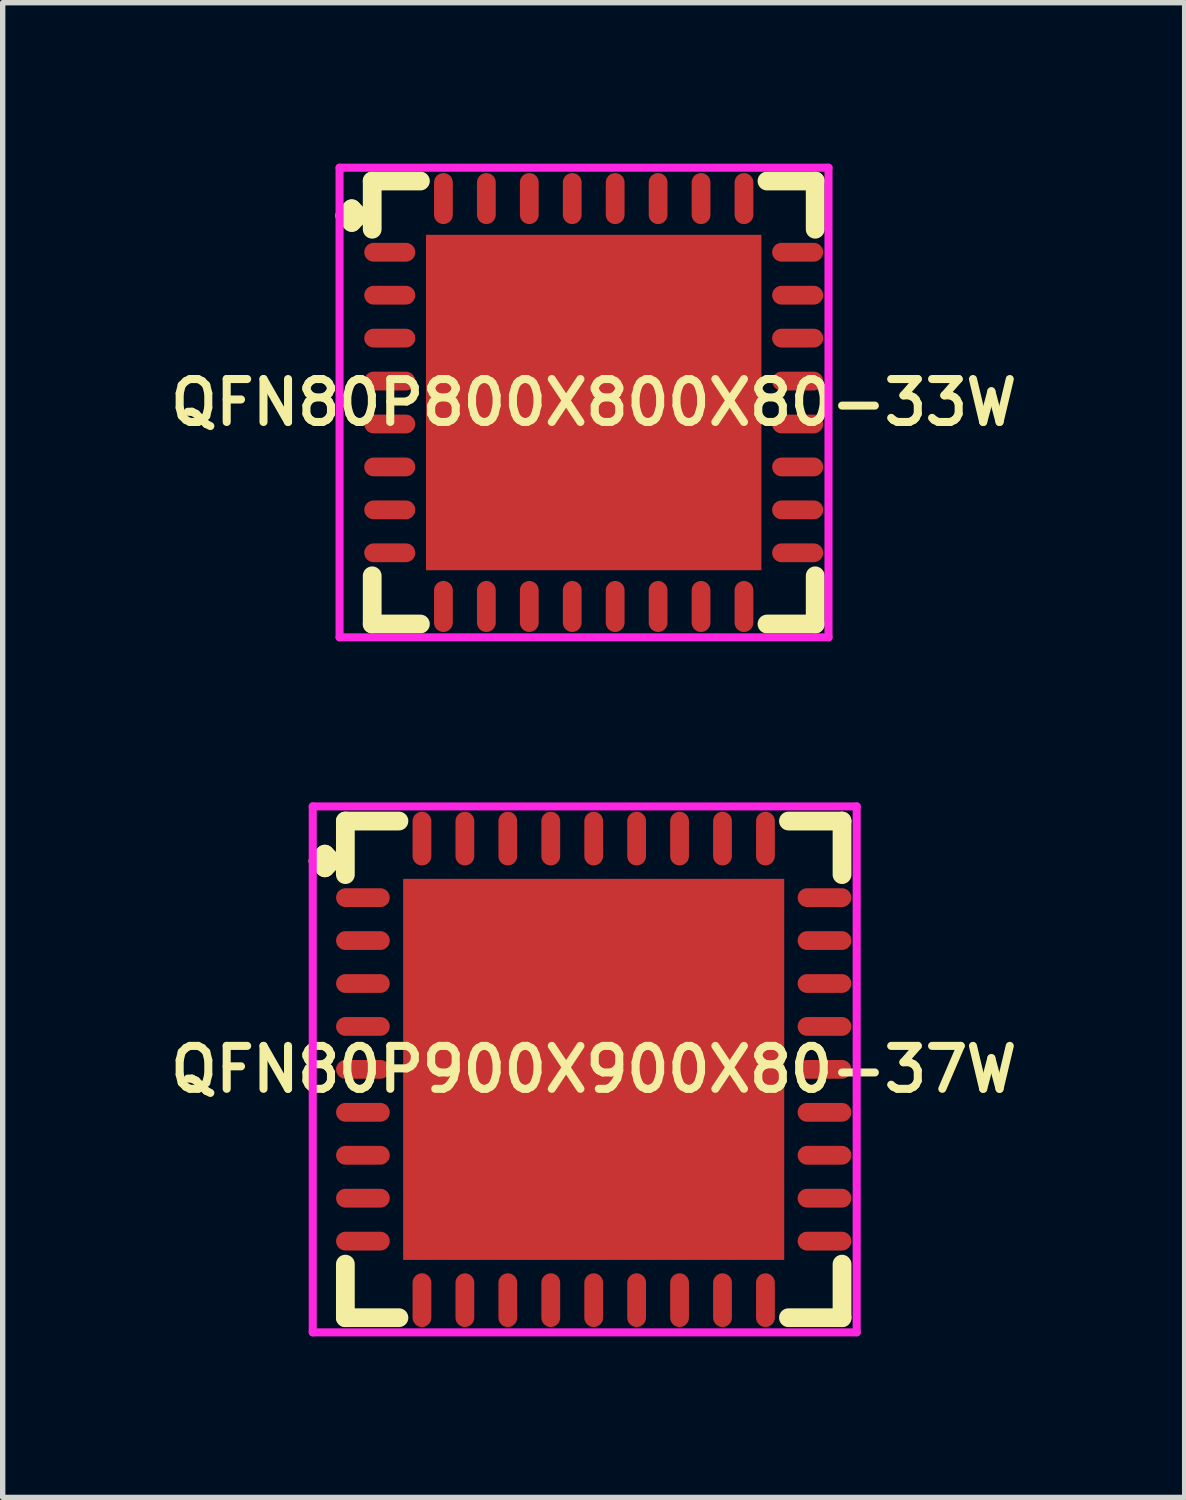
<source format=kicad_pcb>
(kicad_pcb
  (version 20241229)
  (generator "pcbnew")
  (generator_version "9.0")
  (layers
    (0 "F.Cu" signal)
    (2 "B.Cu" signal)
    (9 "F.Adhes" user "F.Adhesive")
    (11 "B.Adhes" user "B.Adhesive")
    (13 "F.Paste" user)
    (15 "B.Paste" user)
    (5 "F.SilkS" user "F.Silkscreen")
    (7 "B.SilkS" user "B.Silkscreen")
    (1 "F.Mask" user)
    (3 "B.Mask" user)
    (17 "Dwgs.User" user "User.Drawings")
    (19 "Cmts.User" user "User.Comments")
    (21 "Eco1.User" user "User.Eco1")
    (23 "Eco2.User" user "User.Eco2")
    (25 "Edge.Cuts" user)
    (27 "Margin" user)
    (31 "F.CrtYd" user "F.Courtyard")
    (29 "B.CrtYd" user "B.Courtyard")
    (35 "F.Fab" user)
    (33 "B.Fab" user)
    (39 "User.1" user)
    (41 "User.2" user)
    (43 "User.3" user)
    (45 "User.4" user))
  (footprint "QFN80P800X800X80-33W"
    (layer "F.Cu")
    (at 8.012 4.45)
    (property "Reference" "QFN80P800X800X80-33W" (at 0 0 0) (layer "F.SilkS") (effects (font (size 0.8 0.8) (thickness 0.15))))
    (attr smd)
    (fp_line (start -4.635 -3.483) (end -4.508 -3.61) (stroke (width 0.35) (type solid)) (layer "F.SilkS"))
    (fp_line (start -4.508 -3.61) (end -4.381 -3.483) (stroke (width 0.35) (type solid)) (layer "F.SilkS"))
    (fp_line (start -4.508 -3.356) (end -4.635 -3.483) (stroke (width 0.35) (type solid)) (layer "F.SilkS"))
    (fp_line (start -4.381 -3.483) (end -4.508 -3.356) (stroke (width 0.35) (type solid)) (layer "F.SilkS"))
    (fp_line (start -4.127 -4.127) (end -3.229 -4.127) (stroke (width 0.35) (type solid)) (layer "F.SilkS"))
    (fp_line (start -4.127 -3.229) (end -4.127 -4.127) (stroke (width 0.35) (type solid)) (layer "F.SilkS"))
    (fp_line (start -4.127 3.229) (end -4.127 4.127) (stroke (width 0.35) (type solid)) (layer "F.SilkS"))
    (fp_line (start -4.127 4.127) (end -3.229 4.127) (stroke (width 0.35) (type solid)) (layer "F.SilkS"))
    (fp_line (start 3.229 -4.127) (end 4.127 -4.127) (stroke (width 0.35) (type solid)) (layer "F.SilkS"))
    (fp_line (start 3.229 4.127) (end 4.127 4.127) (stroke (width 0.35) (type solid)) (layer "F.SilkS"))
    (fp_line (start 4.127 -4.127) (end 4.127 -3.229) (stroke (width 0.35) (type solid)) (layer "F.SilkS"))
    (fp_line (start 4.127 4.127) (end 4.127 3.229) (stroke (width 0.35) (type solid)) (layer "F.SilkS"))
    (fp_line (start -4.735 -4.375) (end 4.375 -4.375) (stroke (width 0.15) (type solid)) (layer "F.CrtYd"))
    (fp_line (start -4.735 4.375) (end -4.735 -4.375) (stroke (width 0.15) (type solid)) (layer "F.CrtYd"))
    (fp_line (start 4.375 -4.375) (end 4.375 4.375) (stroke (width 0.15) (type solid)) (layer "F.CrtYd"))
    (fp_line (start 4.375 4.375) (end -4.735 4.375) (stroke (width 0.15) (type solid)) (layer "F.CrtYd"))
    (pad "1" smd oval (at -3.8 -2.8) (size 0.95 0.35) (layers "F.Cu" "F.Mask" "F.Paste"))
    (pad "2" smd oval (at -3.8 -2) (size 0.95 0.35) (layers "F.Cu" "F.Mask" "F.Paste"))
    (pad "3" smd oval (at -3.8 -1.2) (size 0.95 0.35) (layers "F.Cu" "F.Mask" "F.Paste"))
    (pad "4" smd oval (at -3.8 -0.4) (size 0.95 0.35) (layers "F.Cu" "F.Mask" "F.Paste"))
    (pad "5" smd oval (at -3.8 0.4) (size 0.95 0.35) (layers "F.Cu" "F.Mask" "F.Paste"))
    (pad "6" smd oval (at -3.8 1.2) (size 0.95 0.35) (layers "F.Cu" "F.Mask" "F.Paste"))
    (pad "7" smd oval (at -3.8 2) (size 0.95 0.35) (layers "F.Cu" "F.Mask" "F.Paste"))
    (pad "8" smd oval (at -3.8 2.8) (size 0.95 0.35) (layers "F.Cu" "F.Mask" "F.Paste"))
    (pad "9" smd oval (at -2.8 3.8) (size 0.35 0.95) (layers "F.Cu" "F.Mask" "F.Paste"))
    (pad "10" smd oval (at -2 3.8) (size 0.35 0.95) (layers "F.Cu" "F.Mask" "F.Paste"))
    (pad "11" smd oval (at -1.2 3.8) (size 0.35 0.95) (layers "F.Cu" "F.Mask" "F.Paste"))
    (pad "12" smd oval (at -0.4 3.8) (size 0.35 0.95) (layers "F.Cu" "F.Mask" "F.Paste"))
    (pad "13" smd oval (at 0.4 3.8) (size 0.35 0.95) (layers "F.Cu" "F.Mask" "F.Paste"))
    (pad "14" smd oval (at 1.2 3.8) (size 0.35 0.95) (layers "F.Cu" "F.Mask" "F.Paste"))
    (pad "15" smd oval (at 2 3.8) (size 0.35 0.95) (layers "F.Cu" "F.Mask" "F.Paste"))
    (pad "16" smd oval (at 2.8 3.8) (size 0.35 0.95) (layers "F.Cu" "F.Mask" "F.Paste"))
    (pad "17" smd oval (at 3.8 2.8) (size 0.95 0.35) (layers "F.Cu" "F.Mask" "F.Paste"))
    (pad "18" smd oval (at 3.8 2) (size 0.95 0.35) (layers "F.Cu" "F.Mask" "F.Paste"))
    (pad "19" smd oval (at 3.8 1.2) (size 0.95 0.35) (layers "F.Cu" "F.Mask" "F.Paste"))
    (pad "20" smd oval (at 3.8 0.4) (size 0.95 0.35) (layers "F.Cu" "F.Mask" "F.Paste"))
    (pad "21" smd oval (at 3.8 -0.4) (size 0.95 0.35) (layers "F.Cu" "F.Mask" "F.Paste"))
    (pad "22" smd oval (at 3.8 -1.2) (size 0.95 0.35) (layers "F.Cu" "F.Mask" "F.Paste"))
    (pad "23" smd oval (at 3.8 -2) (size 0.95 0.35) (layers "F.Cu" "F.Mask" "F.Paste"))
    (pad "24" smd oval (at 3.8 -2.8) (size 0.95 0.35) (layers "F.Cu" "F.Mask" "F.Paste"))
    (pad "25" smd oval (at 2.8 -3.8) (size 0.35 0.95) (layers "F.Cu" "F.Mask" "F.Paste"))
    (pad "26" smd oval (at 2 -3.8) (size 0.35 0.95) (layers "F.Cu" "F.Mask" "F.Paste"))
    (pad "27" smd oval (at 1.2 -3.8) (size 0.35 0.95) (layers "F.Cu" "F.Mask" "F.Paste"))
    (pad "28" smd oval (at 0.4 -3.8) (size 0.35 0.95) (layers "F.Cu" "F.Mask" "F.Paste"))
    (pad "29" smd oval (at -0.4 -3.8) (size 0.35 0.95) (layers "F.Cu" "F.Mask" "F.Paste"))
    (pad "30" smd oval (at -1.2 -3.8) (size 0.35 0.95) (layers "F.Cu" "F.Mask" "F.Paste"))
    (pad "31" smd oval (at -2 -3.8) (size 0.35 0.95) (layers "F.Cu" "F.Mask" "F.Paste"))
    (pad "32" smd oval (at -2.8 -3.8) (size 0.35 0.95) (layers "F.Cu" "F.Mask" "F.Paste"))
    (pad "33" smd rect (at 0 0) (size 6.25 6.25) (layers "F.Cu" "F.Mask" "F.Paste")))
  (footprint "QFN80P900X900X80-37W"
    (layer "F.Cu")
    (at 8.012 16.875)
    (property "Reference" "QFN80P900X900X80-37W" (at 0 0 0) (layer "F.SilkS") (effects (font (size 0.8 0.8) (thickness 0.15))))
    (attr through_hole)
    (fp_line (start -5.135 -3.883) (end -5.008 -4.01) (stroke (width 0.35) (type solid)) (layer "F.SilkS"))
    (fp_line (start -5.008 -4.01) (end -4.881 -3.883) (stroke (width 0.35) (type solid)) (layer "F.SilkS"))
    (fp_line (start -5.008 -3.756) (end -5.135 -3.883) (stroke (width 0.35) (type solid)) (layer "F.SilkS"))
    (fp_line (start -4.881 -3.883) (end -5.008 -3.756) (stroke (width 0.35) (type solid)) (layer "F.SilkS"))
    (fp_line (start -4.627 -4.627) (end -3.629 -4.627) (stroke (width 0.35) (type solid)) (layer "F.SilkS"))
    (fp_line (start -4.627 -3.629) (end -4.627 -4.627) (stroke (width 0.35) (type solid)) (layer "F.SilkS"))
    (fp_line (start -4.627 3.629) (end -4.627 4.627) (stroke (width 0.35) (type solid)) (layer "F.SilkS"))
    (fp_line (start -4.627 4.627) (end -3.629 4.627) (stroke (width 0.35) (type solid)) (layer "F.SilkS"))
    (fp_line (start 3.629 -4.627) (end 4.627 -4.627) (stroke (width 0.35) (type solid)) (layer "F.SilkS"))
    (fp_line (start 3.629 4.627) (end 4.627 4.627) (stroke (width 0.35) (type solid)) (layer "F.SilkS"))
    (fp_line (start 4.627 -4.627) (end 4.627 -3.629) (stroke (width 0.35) (type solid)) (layer "F.SilkS"))
    (fp_line (start 4.627 4.627) (end 4.627 3.629) (stroke (width 0.35) (type solid)) (layer "F.SilkS"))
    (fp_line (start -5.235 -4.9) (end 4.9 -4.9) (stroke (width 0.15) (type solid)) (layer "F.CrtYd"))
    (fp_line (start -5.235 4.9) (end -5.235 -4.9) (stroke (width 0.15) (type solid)) (layer "F.CrtYd"))
    (fp_line (start 4.9 -4.9) (end 4.9 4.9) (stroke (width 0.15) (type solid)) (layer "F.CrtYd"))
    (fp_line (start 4.9 4.9) (end -5.235 4.9) (stroke (width 0.15) (type solid)) (layer "F.CrtYd"))
    (pad "1" smd oval (at -4.3 -3.2) (size 1 0.35) (layers "F.Cu" "F.Mask" "F.Paste"))
    (pad "2" smd oval (at -4.3 -2.4) (size 1 0.35) (layers "F.Cu" "F.Mask" "F.Paste"))
    (pad "3" smd oval (at -4.3 -1.6) (size 1 0.35) (layers "F.Cu" "F.Mask" "F.Paste"))
    (pad "4" smd oval (at -4.3 -0.8) (size 1 0.35) (layers "F.Cu" "F.Mask" "F.Paste"))
    (pad "5" smd oval (at -4.3 0) (size 1 0.35) (layers "F.Cu" "F.Mask" "F.Paste"))
    (pad "6" smd oval (at -4.3 0.8) (size 1 0.35) (layers "F.Cu" "F.Mask" "F.Paste"))
    (pad "7" smd oval (at -4.3 1.6) (size 1 0.35) (layers "F.Cu" "F.Mask" "F.Paste"))
    (pad "8" smd oval (at -4.3 2.4) (size 1 0.35) (layers "F.Cu" "F.Mask" "F.Paste"))
    (pad "9" smd oval (at -4.3 3.2) (size 1 0.35) (layers "F.Cu" "F.Mask" "F.Paste"))
    (pad "10" smd oval (at -3.2 4.3) (size 0.35 1) (layers "F.Cu" "F.Mask" "F.Paste"))
    (pad "11" smd oval (at -2.4 4.3) (size 0.35 1) (layers "F.Cu" "F.Mask" "F.Paste"))
    (pad "12" smd oval (at -1.6 4.3) (size 0.35 1) (layers "F.Cu" "F.Mask" "F.Paste"))
    (pad "13" smd oval (at -0.8 4.3) (size 0.35 1) (layers "F.Cu" "F.Mask" "F.Paste"))
    (pad "14" smd oval (at 0 4.3) (size 0.35 1) (layers "F.Cu" "F.Mask" "F.Paste"))
    (pad "15" smd oval (at 0.8 4.3) (size 0.35 1) (layers "F.Cu" "F.Mask" "F.Paste"))
    (pad "16" smd oval (at 1.6 4.3) (size 0.35 1) (layers "F.Cu" "F.Mask" "F.Paste"))
    (pad "17" smd oval (at 2.4 4.3) (size 0.35 1) (layers "F.Cu" "F.Mask" "F.Paste"))
    (pad "18" smd oval (at 3.2 4.3) (size 0.35 1) (layers "F.Cu" "F.Mask" "F.Paste"))
    (pad "19" smd oval (at 4.3 3.2) (size 1 0.35) (layers "F.Cu" "F.Mask" "F.Paste"))
    (pad "20" smd oval (at 4.3 2.4) (size 1 0.35) (layers "F.Cu" "F.Mask" "F.Paste"))
    (pad "21" smd oval (at 4.3 1.6) (size 1 0.35) (layers "F.Cu" "F.Mask" "F.Paste"))
    (pad "22" smd oval (at 4.3 0.8) (size 1 0.35) (layers "F.Cu" "F.Mask" "F.Paste"))
    (pad "23" smd oval (at 4.3 0) (size 1 0.35) (layers "F.Cu" "F.Mask" "F.Paste"))
    (pad "24" smd oval (at 4.3 -0.8) (size 1 0.35) (layers "F.Cu" "F.Mask" "F.Paste"))
    (pad "25" smd oval (at 4.3 -1.6) (size 1 0.35) (layers "F.Cu" "F.Mask" "F.Paste"))
    (pad "26" smd oval (at 4.3 -2.4) (size 1 0.35) (layers "F.Cu" "F.Mask" "F.Paste"))
    (pad "27" smd oval (at 4.3 -3.2) (size 1 0.35) (layers "F.Cu" "F.Mask" "F.Paste"))
    (pad "28" smd oval (at 3.2 -4.3) (size 0.35 1) (layers "F.Cu" "F.Mask" "F.Paste"))
    (pad "29" smd oval (at 2.4 -4.3) (size 0.35 1) (layers "F.Cu" "F.Mask" "F.Paste"))
    (pad "30" smd oval (at 1.6 -4.3) (size 0.35 1) (layers "F.Cu" "F.Mask" "F.Paste"))
    (pad "31" smd oval (at 0.8 -4.3) (size 0.35 1) (layers "F.Cu" "F.Mask" "F.Paste"))
    (pad "32" smd oval (at 0 -4.3) (size 0.35 1) (layers "F.Cu" "F.Mask" "F.Paste"))
    (pad "33" smd oval (at -0.8 -4.3) (size 0.35 1) (layers "F.Cu" "F.Mask" "F.Paste"))
    (pad "34" smd oval (at -1.6 -4.3) (size 0.35 1) (layers "F.Cu" "F.Mask" "F.Paste"))
    (pad "35" smd oval (at -2.4 -4.3) (size 0.35 1) (layers "F.Cu" "F.Mask" "F.Paste"))
    (pad "36" smd oval (at -3.2 -4.3) (size 0.35 1) (layers "F.Cu" "F.Mask" "F.Paste"))
    (pad "37" smd rect (at 0 0) (size 7.1 7.1) (layers "F.Cu" "F.Mask" "F.Paste")))
  (gr_rect
    (start -3 -3)
    (end 19.023 24.85)
    (stroke (width 0.1) (type default))
    (fill no)
    (layer "Edge.Cuts")))
</source>
